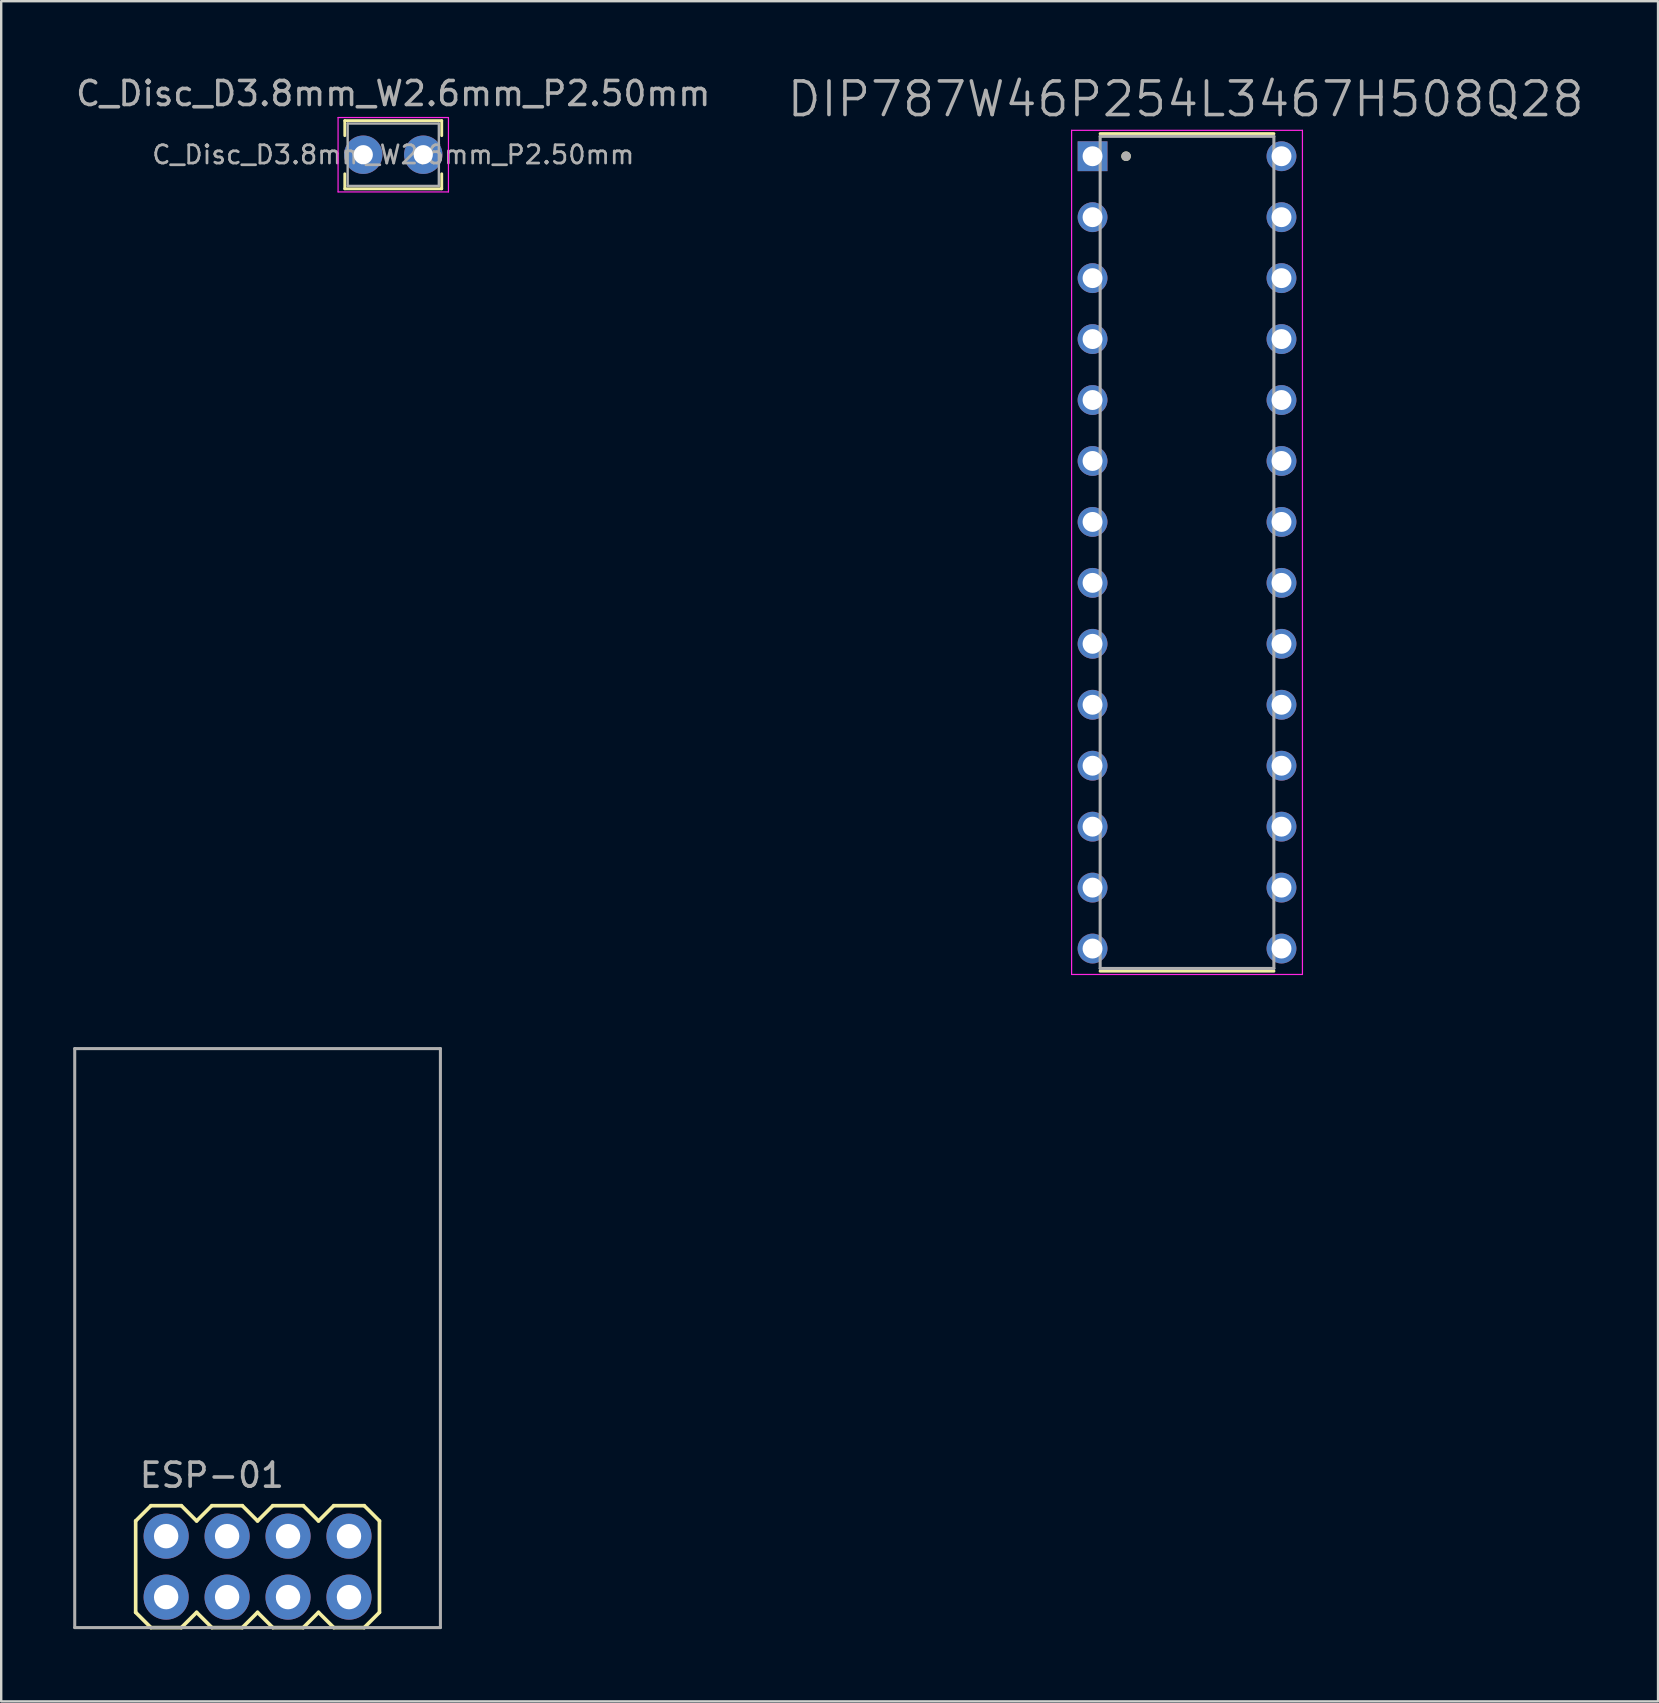
<source format=kicad_pcb>
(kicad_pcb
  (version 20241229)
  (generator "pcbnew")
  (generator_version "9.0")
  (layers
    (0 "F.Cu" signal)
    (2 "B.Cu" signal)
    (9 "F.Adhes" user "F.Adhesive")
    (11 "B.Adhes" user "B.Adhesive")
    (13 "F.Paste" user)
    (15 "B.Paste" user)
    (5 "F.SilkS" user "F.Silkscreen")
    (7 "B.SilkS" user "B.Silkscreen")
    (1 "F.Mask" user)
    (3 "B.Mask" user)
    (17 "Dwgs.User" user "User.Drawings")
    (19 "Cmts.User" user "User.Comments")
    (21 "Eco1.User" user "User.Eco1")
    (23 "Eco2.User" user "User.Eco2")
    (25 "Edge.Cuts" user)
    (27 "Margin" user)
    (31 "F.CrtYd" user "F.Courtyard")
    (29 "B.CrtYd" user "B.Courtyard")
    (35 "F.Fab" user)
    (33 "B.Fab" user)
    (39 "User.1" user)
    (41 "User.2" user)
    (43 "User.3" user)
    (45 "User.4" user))
  (footprint "ESP-01"
    (layer "F.Cu")
    (at 7.684 62.24)
    (property "Reference" "ESP-01" (at -1.905 -3.81 180) (layer "F.Fab") (effects (font (size 1 1) (thickness 0.15))))
    (attr through_hole)
    (fp_line (start -5.08 -1.905) (end -4.445 -2.54) (stroke (width 0.152) (type solid)) (layer "F.SilkS"))
    (fp_line (start -5.08 1.905) (end -5.08 -1.905) (stroke (width 0.152) (type solid)) (layer "F.SilkS"))
    (fp_line (start -5.08 1.905) (end -4.445 2.54) (stroke (width 0.152) (type solid)) (layer "F.SilkS"))
    (fp_line (start -4.445 -2.54) (end -3.175 -2.54) (stroke (width 0.152) (type solid)) (layer "F.SilkS"))
    (fp_line (start -4.445 2.54) (end -3.175 2.54) (stroke (width 0.152) (type solid)) (layer "F.SilkS"))
    (fp_line (start -3.175 -2.54) (end -2.54 -1.905) (stroke (width 0.152) (type solid)) (layer "F.SilkS"))
    (fp_line (start -3.175 2.54) (end -2.54 1.905) (stroke (width 0.152) (type solid)) (layer "F.SilkS"))
    (fp_line (start -2.54 -1.905) (end -1.905 -2.54) (stroke (width 0.152) (type solid)) (layer "F.SilkS"))
    (fp_line (start -2.54 1.905) (end -1.905 2.54) (stroke (width 0.152) (type solid)) (layer "F.SilkS"))
    (fp_line (start -1.905 -2.54) (end -0.635 -2.54) (stroke (width 0.152) (type solid)) (layer "F.SilkS"))
    (fp_line (start -1.905 2.54) (end -0.635 2.54) (stroke (width 0.152) (type solid)) (layer "F.SilkS"))
    (fp_line (start -0.635 -2.54) (end 0 -1.905) (stroke (width 0.152) (type solid)) (layer "F.SilkS"))
    (fp_line (start -0.635 2.54) (end 0 1.905) (stroke (width 0.152) (type solid)) (layer "F.SilkS"))
    (fp_line (start 0 -1.905) (end 0.635 -2.54) (stroke (width 0.152) (type solid)) (layer "F.SilkS"))
    (fp_line (start 0 1.905) (end 0.635 2.54) (stroke (width 0.152) (type solid)) (layer "F.SilkS"))
    (fp_line (start 0.635 -2.54) (end 1.905 -2.54) (stroke (width 0.152) (type solid)) (layer "F.SilkS"))
    (fp_line (start 0.635 2.54) (end 1.905 2.54) (stroke (width 0.152) (type solid)) (layer "F.SilkS"))
    (fp_line (start 1.905 -2.54) (end 2.54 -1.905) (stroke (width 0.152) (type solid)) (layer "F.SilkS"))
    (fp_line (start 1.905 2.54) (end 2.54 1.905) (stroke (width 0.152) (type solid)) (layer "F.SilkS"))
    (fp_line (start 2.54 -1.905) (end 3.175 -2.54) (stroke (width 0.152) (type solid)) (layer "F.SilkS"))
    (fp_line (start 2.54 1.905) (end 3.175 2.54) (stroke (width 0.152) (type solid)) (layer "F.SilkS"))
    (fp_line (start 3.175 -2.54) (end 4.445 -2.54) (stroke (width 0.152) (type solid)) (layer "F.SilkS"))
    (fp_line (start 3.175 2.54) (end 4.445 2.54) (stroke (width 0.152) (type solid)) (layer "F.SilkS"))
    (fp_line (start 4.445 -2.54) (end 5.08 -1.905) (stroke (width 0.152) (type solid)) (layer "F.SilkS"))
    (fp_line (start 4.445 2.54) (end 5.08 1.905) (stroke (width 0.152) (type solid)) (layer "F.SilkS"))
    (fp_line (start 5.08 -1.905) (end 5.08 1.905) (stroke (width 0.152) (type solid)) (layer "F.SilkS"))
    (fp_line (start -7.62 -21.59) (end 7.62 -21.59) (stroke (width 0.127) (type solid)) (layer "F.Fab"))
    (fp_line (start -7.62 2.54) (end -7.62 -21.59) (stroke (width 0.127) (type solid)) (layer "F.Fab"))
    (fp_line (start 7.62 -21.59) (end 7.62 2.54) (stroke (width 0.127) (type solid)) (layer "F.Fab"))
    (fp_line (start 7.62 2.54) (end -7.62 2.54) (stroke (width 0.127) (type solid)) (layer "F.Fab"))
    (fp_poly (pts (xy -4.064 -1.524) (xy -3.556 -1.524) (xy -3.556 -1.016) (xy -4.064 -1.016)) (stroke (width 0.01) (type solid)) (fill no) (layer "F.Fab"))
    (fp_poly (pts (xy -4.064 1.016) (xy -3.556 1.016) (xy -3.556 1.524) (xy -4.064 1.524)) (stroke (width 0.01) (type solid)) (fill no) (layer "F.Fab"))
    (fp_poly (pts (xy -1.524 -1.524) (xy -1.016 -1.524) (xy -1.016 -1.016) (xy -1.524 -1.016)) (stroke (width 0.01) (type solid)) (fill no) (layer "F.Fab"))
    (fp_poly (pts (xy -1.524 1.016) (xy -1.016 1.016) (xy -1.016 1.524) (xy -1.524 1.524)) (stroke (width 0.01) (type solid)) (fill no) (layer "F.Fab"))
    (fp_poly (pts (xy 1.016 -1.524) (xy 1.524 -1.524) (xy 1.524 -1.016) (xy 1.016 -1.016)) (stroke (width 0.01) (type solid)) (fill no) (layer "F.Fab"))
    (fp_poly (pts (xy 1.016 1.016) (xy 1.524 1.016) (xy 1.524 1.524) (xy 1.016 1.524)) (stroke (width 0.01) (type solid)) (fill no) (layer "F.Fab"))
    (fp_poly (pts (xy 3.556 -1.524) (xy 4.064 -1.524) (xy 4.064 -1.016) (xy 3.556 -1.016)) (stroke (width 0.01) (type solid)) (fill no) (layer "F.Fab"))
    (fp_poly (pts (xy 3.556 1.016) (xy 4.064 1.016) (xy 4.064 1.524) (xy 3.556 1.524)) (stroke (width 0.01) (type solid)) (fill no) (layer "F.Fab"))
    (pad "1" thru_hole circle (at -3.81 1.27) (size 1.88 1.88) (drill 1.016) (layers "*.Cu" "*.Mask"))
    (pad "2" thru_hole circle (at -3.81 -1.27) (size 1.88 1.88) (drill 1.016) (layers "*.Cu" "*.Mask"))
    (pad "3" thru_hole circle (at -1.27 1.27) (size 1.88 1.88) (drill 1.016) (layers "*.Cu" "*.Mask"))
    (pad "4" thru_hole circle (at -1.27 -1.27) (size 1.88 1.88) (drill 1.016) (layers "*.Cu" "*.Mask"))
    (pad "5" thru_hole circle (at 1.27 1.27) (size 1.88 1.88) (drill 1.016) (layers "*.Cu" "*.Mask"))
    (pad "6" thru_hole circle (at 1.27 -1.27) (size 1.88 1.88) (drill 1.016) (layers "*.Cu" "*.Mask"))
    (pad "7" thru_hole circle (at 3.81 1.27) (size 1.88 1.88) (drill 1.016) (layers "*.Cu" "*.Mask"))
    (pad "8" thru_hole circle (at 3.81 -1.27) (size 1.88 1.88) (drill 1.016) (layers "*.Cu" "*.Mask")))
  (footprint "C_Disc_D3.8mm_W2.6mm_P2.50mm"
    (layer "F.Cu")
    (at 12.089 3.398)
    (property "Reference" "C_Disc_D3.8mm_W2.6mm_P2.50mm" (at 1.25 -2.55 0) (layer "F.Fab") (effects (font (size 1 1) (thickness 0.15))))
    (attr through_hole)
    (fp_line (start -0.77 -1.42) (end -0.77 -0.795) (stroke (width 0.12) (type solid)) (layer "F.SilkS"))
    (fp_line (start -0.77 -1.42) (end 3.27 -1.42) (stroke (width 0.12) (type solid)) (layer "F.SilkS"))
    (fp_line (start -0.77 0.795) (end -0.77 1.42) (stroke (width 0.12) (type solid)) (layer "F.SilkS"))
    (fp_line (start -0.77 1.42) (end 3.27 1.42) (stroke (width 0.12) (type solid)) (layer "F.SilkS"))
    (fp_line (start 3.27 -1.42) (end 3.27 -0.795) (stroke (width 0.12) (type solid)) (layer "F.SilkS"))
    (fp_line (start 3.27 0.795) (end 3.27 1.42) (stroke (width 0.12) (type solid)) (layer "F.SilkS"))
    (fp_line (start -1.05 -1.55) (end -1.05 1.55) (stroke (width 0.05) (type solid)) (layer "F.CrtYd"))
    (fp_line (start -1.05 1.55) (end 3.55 1.55) (stroke (width 0.05) (type solid)) (layer "F.CrtYd"))
    (fp_line (start 3.55 -1.55) (end -1.05 -1.55) (stroke (width 0.05) (type solid)) (layer "F.CrtYd"))
    (fp_line (start 3.55 1.55) (end 3.55 -1.55) (stroke (width 0.05) (type solid)) (layer "F.CrtYd"))
    (fp_line (start -0.65 -1.3) (end -0.65 1.3) (stroke (width 0.1) (type solid)) (layer "F.Fab"))
    (fp_line (start -0.65 1.3) (end 3.15 1.3) (stroke (width 0.1) (type solid)) (layer "F.Fab"))
    (fp_line (start 3.15 -1.3) (end -0.65 -1.3) (stroke (width 0.1) (type solid)) (layer "F.Fab"))
    (fp_line (start 3.15 1.3) (end 3.15 -1.3) (stroke (width 0.1) (type solid)) (layer "F.Fab"))
    (fp_text user "${REFERENCE}" (at 1.25 0 0) (layer "F.Fab") (effects (font (size 0.76 0.76) (thickness 0.114))))
    (pad "1" thru_hole circle (at 0 0) (size 1.6 1.6) (drill 0.8) (layers "*.Cu" "*.Mask"))
    (pad "2" thru_hole circle (at 2.5 0) (size 1.6 1.6) (drill 0.8) (layers "*.Cu" "*.Mask")))
  (footprint "DIP787W46P254L3467H508Q28"
    (layer "F.Cu")
    (at 46.419 19.971)
    (property "Reference" "DIP787W46P254L3467H508Q28" (at -0.055 -18.889 180) (layer "F.Fab") (effects (font (size 1.4 1.4) (thickness 0.15))))
    (attr through_hole)
    (fp_line (start -3.62 -17.45) (end 3.62 -17.45) (stroke (width 0.127) (type solid)) (layer "F.SilkS"))
    (fp_line (start -3.62 17.45) (end 3.62 17.45) (stroke (width 0.127) (type solid)) (layer "F.SilkS"))
    (fp_circle (center -2.54 -16.51) (end -2.44 -16.51) (stroke (width 0.2) (type solid)) (fill no) (layer "F.SilkS"))
    (fp_line (start -4.81 -17.59) (end -4.81 17.59) (stroke (width 0.05) (type solid)) (layer "F.CrtYd"))
    (fp_line (start -4.81 17.59) (end 4.81 17.59) (stroke (width 0.05) (type solid)) (layer "F.CrtYd"))
    (fp_line (start 4.81 -17.59) (end -4.81 -17.59) (stroke (width 0.05) (type solid)) (layer "F.CrtYd"))
    (fp_line (start 4.81 17.59) (end 4.81 -17.59) (stroke (width 0.05) (type solid)) (layer "F.CrtYd"))
    (fp_line (start -3.62 -17.34) (end 3.62 -17.34) (stroke (width 0.127) (type solid)) (layer "F.Fab"))
    (fp_line (start -3.62 17.34) (end -3.62 -17.34) (stroke (width 0.127) (type solid)) (layer "F.Fab"))
    (fp_line (start 3.62 -17.34) (end 3.62 17.34) (stroke (width 0.127) (type solid)) (layer "F.Fab"))
    (fp_line (start 3.62 17.34) (end -3.62 17.34) (stroke (width 0.127) (type solid)) (layer "F.Fab"))
    (fp_circle (center -2.54 -16.51) (end -2.44 -16.51) (stroke (width 0.2) (type solid)) (fill no) (layer "F.Fab"))
    (pad "1" thru_hole rect (at -3.937 -16.51) (size 1.243 1.243) (drill 0.83) (layers "*.Cu" "*.Mask"))
    (pad "2" thru_hole circle (at -3.937 -13.97) (size 1.243 1.243) (drill 0.83) (layers "*.Cu" "*.Mask"))
    (pad "3" thru_hole circle (at -3.937 -11.43) (size 1.243 1.243) (drill 0.83) (layers "*.Cu" "*.Mask"))
    (pad "4" thru_hole circle (at -3.937 -8.89) (size 1.243 1.243) (drill 0.83) (layers "*.Cu" "*.Mask"))
    (pad "5" thru_hole circle (at -3.937 -6.35) (size 1.243 1.243) (drill 0.83) (layers "*.Cu" "*.Mask"))
    (pad "6" thru_hole circle (at -3.937 -3.81) (size 1.243 1.243) (drill 0.83) (layers "*.Cu" "*.Mask"))
    (pad "7" thru_hole circle (at -3.937 -1.27) (size 1.243 1.243) (drill 0.83) (layers "*.Cu" "*.Mask"))
    (pad "8" thru_hole circle (at -3.937 1.27) (size 1.243 1.243) (drill 0.83) (layers "*.Cu" "*.Mask"))
    (pad "9" thru_hole circle (at -3.937 3.81) (size 1.243 1.243) (drill 0.83) (layers "*.Cu" "*.Mask"))
    (pad "10" thru_hole circle (at -3.937 6.35) (size 1.243 1.243) (drill 0.83) (layers "*.Cu" "*.Mask"))
    (pad "11" thru_hole circle (at -3.937 8.89) (size 1.243 1.243) (drill 0.83) (layers "*.Cu" "*.Mask"))
    (pad "12" thru_hole circle (at -3.937 11.43) (size 1.243 1.243) (drill 0.83) (layers "*.Cu" "*.Mask"))
    (pad "13" thru_hole circle (at -3.937 13.97) (size 1.243 1.243) (drill 0.83) (layers "*.Cu" "*.Mask"))
    (pad "14" thru_hole circle (at -3.937 16.51) (size 1.243 1.243) (drill 0.83) (layers "*.Cu" "*.Mask"))
    (pad "15" thru_hole circle (at 3.937 16.51) (size 1.243 1.243) (drill 0.83) (layers "*.Cu" "*.Mask"))
    (pad "16" thru_hole circle (at 3.937 13.97) (size 1.243 1.243) (drill 0.83) (layers "*.Cu" "*.Mask"))
    (pad "17" thru_hole circle (at 3.937 11.43) (size 1.243 1.243) (drill 0.83) (layers "*.Cu" "*.Mask"))
    (pad "18" thru_hole circle (at 3.937 8.89) (size 1.243 1.243) (drill 0.83) (layers "*.Cu" "*.Mask"))
    (pad "19" thru_hole circle (at 3.937 6.35) (size 1.243 1.243) (drill 0.83) (layers "*.Cu" "*.Mask"))
    (pad "20" thru_hole circle (at 3.937 3.81) (size 1.243 1.243) (drill 0.83) (layers "*.Cu" "*.Mask"))
    (pad "21" thru_hole circle (at 3.937 1.27) (size 1.243 1.243) (drill 0.83) (layers "*.Cu" "*.Mask"))
    (pad "22" thru_hole circle (at 3.937 -1.27) (size 1.243 1.243) (drill 0.83) (layers "*.Cu" "*.Mask"))
    (pad "23" thru_hole circle (at 3.937 -3.81) (size 1.243 1.243) (drill 0.83) (layers "*.Cu" "*.Mask"))
    (pad "24" thru_hole circle (at 3.937 -6.35) (size 1.243 1.243) (drill 0.83) (layers "*.Cu" "*.Mask"))
    (pad "25" thru_hole circle (at 3.937 -8.89) (size 1.243 1.243) (drill 0.83) (layers "*.Cu" "*.Mask"))
    (pad "26" thru_hole circle (at 3.937 -11.43) (size 1.243 1.243) (drill 0.83) (layers "*.Cu" "*.Mask"))
    (pad "27" thru_hole circle (at 3.937 -13.97) (size 1.243 1.243) (drill 0.83) (layers "*.Cu" "*.Mask"))
    (pad "28" thru_hole circle (at 3.937 -16.51) (size 1.243 1.243) (drill 0.83) (layers "*.Cu" "*.Mask")))
  (gr_rect
    (start -3 -3)
    (end 66.049 67.856)
    (stroke (width 0.1) (type default))
    (fill no)
    (layer "Edge.Cuts")))
</source>
